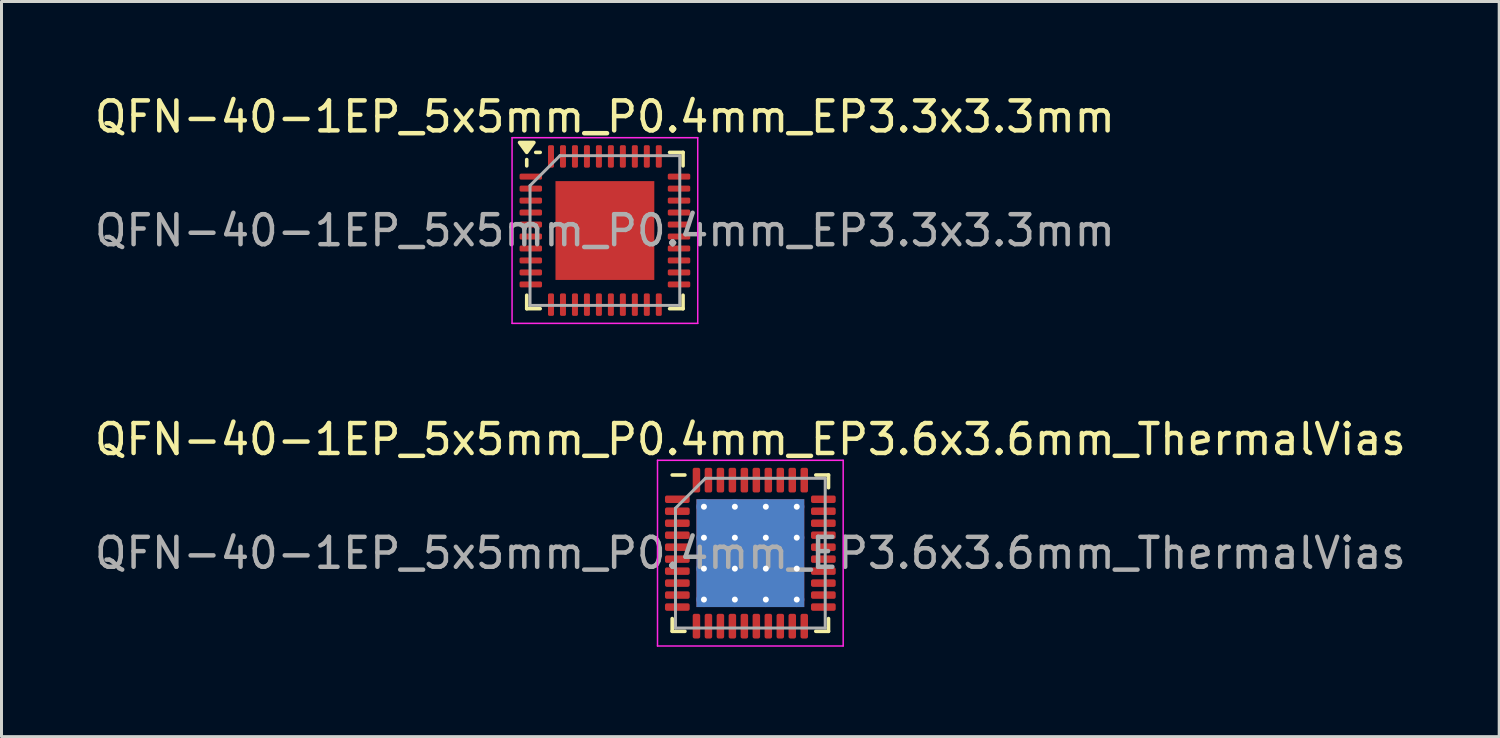
<source format=kicad_pcb>
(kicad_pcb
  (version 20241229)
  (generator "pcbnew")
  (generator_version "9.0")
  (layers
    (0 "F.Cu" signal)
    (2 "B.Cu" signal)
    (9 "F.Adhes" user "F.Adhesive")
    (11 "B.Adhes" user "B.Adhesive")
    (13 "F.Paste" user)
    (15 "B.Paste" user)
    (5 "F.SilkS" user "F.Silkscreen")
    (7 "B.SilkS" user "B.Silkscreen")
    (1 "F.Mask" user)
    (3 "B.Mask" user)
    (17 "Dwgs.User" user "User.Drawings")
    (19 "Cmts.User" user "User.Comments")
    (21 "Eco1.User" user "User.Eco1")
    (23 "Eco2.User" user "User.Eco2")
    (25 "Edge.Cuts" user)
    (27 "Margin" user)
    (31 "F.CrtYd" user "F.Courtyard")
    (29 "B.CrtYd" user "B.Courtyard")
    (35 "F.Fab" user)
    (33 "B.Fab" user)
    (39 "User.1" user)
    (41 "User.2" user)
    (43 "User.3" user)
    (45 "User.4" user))
  (footprint "QFN-40-1EP_5x5mm_P0.4mm_EP3.3x3.3mm"
    (layer "F.Cu")
    (at 17.149 4.648)
    (property "Reference" "QFN-40-1EP_5x5mm_P0.4mm_EP3.3x3.3mm" (at 0 -3.8 0) (layer "F.SilkS") (effects (font (size 1 1) (thickness 0.15))))
    (attr smd)
    (fp_line (start -2.61 -2.16) (end -2.61 -2.37) (stroke (width 0.12) (type solid)) (layer "F.SilkS"))
    (fp_line (start -2.61 2.61) (end -2.61 2.16) (stroke (width 0.12) (type solid)) (layer "F.SilkS"))
    (fp_line (start -2.16 -2.61) (end -2.31 -2.61) (stroke (width 0.12) (type solid)) (layer "F.SilkS"))
    (fp_line (start -2.16 2.61) (end -2.61 2.61) (stroke (width 0.12) (type solid)) (layer "F.SilkS"))
    (fp_line (start 2.16 -2.61) (end 2.61 -2.61) (stroke (width 0.12) (type solid)) (layer "F.SilkS"))
    (fp_line (start 2.16 2.61) (end 2.61 2.61) (stroke (width 0.12) (type solid)) (layer "F.SilkS"))
    (fp_line (start 2.61 -2.61) (end 2.61 -2.16) (stroke (width 0.12) (type solid)) (layer "F.SilkS"))
    (fp_line (start 2.61 2.61) (end 2.61 2.16) (stroke (width 0.12) (type solid)) (layer "F.SilkS"))
    (fp_poly (pts (xy -2.61 -2.61) (xy -2.85 -2.94) (xy -2.37 -2.94) (xy -2.61 -2.61)) (stroke (width 0.12) (type solid)) (fill yes) (layer "F.SilkS"))
    (fp_line (start -3.1 -3.1) (end -3.1 3.1) (stroke (width 0.05) (type solid)) (layer "F.CrtYd"))
    (fp_line (start -3.1 3.1) (end 3.1 3.1) (stroke (width 0.05) (type solid)) (layer "F.CrtYd"))
    (fp_line (start 3.1 -3.1) (end -3.1 -3.1) (stroke (width 0.05) (type solid)) (layer "F.CrtYd"))
    (fp_line (start 3.1 3.1) (end 3.1 -3.1) (stroke (width 0.05) (type solid)) (layer "F.CrtYd"))
    (fp_line (start -2.5 -1.5) (end -1.5 -2.5) (stroke (width 0.1) (type solid)) (layer "F.Fab"))
    (fp_line (start -2.5 2.5) (end -2.5 -1.5) (stroke (width 0.1) (type solid)) (layer "F.Fab"))
    (fp_line (start -1.5 -2.5) (end 2.5 -2.5) (stroke (width 0.1) (type solid)) (layer "F.Fab"))
    (fp_line (start 2.5 -2.5) (end 2.5 2.5) (stroke (width 0.1) (type solid)) (layer "F.Fab"))
    (fp_line (start 2.5 2.5) (end -2.5 2.5) (stroke (width 0.1) (type solid)) (layer "F.Fab"))
    (fp_text user "${REFERENCE}" (at 0 0 0) (layer "F.Fab") (effects (font (size 1 1) (thickness 0.15))))
    (pad "" smd roundrect (at -0.825 -0.825) (size 1.33 1.33) (layers "F.Paste") (roundrect_rratio 0.188))
    (pad "" smd roundrect (at -0.825 0.825) (size 1.33 1.33) (layers "F.Paste") (roundrect_rratio 0.188))
    (pad "" smd roundrect (at 0.825 -0.825) (size 1.33 1.33) (layers "F.Paste") (roundrect_rratio 0.188))
    (pad "" smd roundrect (at 0.825 0.825) (size 1.33 1.33) (layers "F.Paste") (roundrect_rratio 0.188))
    (pad "1" smd roundrect (at -2.475 -1.8) (size 0.75 0.2) (layers "F.Cu" "F.Mask" "F.Paste") (roundrect_rratio 0.25))
    (pad "2" smd roundrect (at -2.475 -1.4) (size 0.75 0.2) (layers "F.Cu" "F.Mask" "F.Paste") (roundrect_rratio 0.25))
    (pad "3" smd roundrect (at -2.475 -1) (size 0.75 0.2) (layers "F.Cu" "F.Mask" "F.Paste") (roundrect_rratio 0.25))
    (pad "4" smd roundrect (at -2.475 -0.6) (size 0.75 0.2) (layers "F.Cu" "F.Mask" "F.Paste") (roundrect_rratio 0.25))
    (pad "5" smd roundrect (at -2.475 -0.2) (size 0.75 0.2) (layers "F.Cu" "F.Mask" "F.Paste") (roundrect_rratio 0.25))
    (pad "6" smd roundrect (at -2.475 0.2) (size 0.75 0.2) (layers "F.Cu" "F.Mask" "F.Paste") (roundrect_rratio 0.25))
    (pad "7" smd roundrect (at -2.475 0.6) (size 0.75 0.2) (layers "F.Cu" "F.Mask" "F.Paste") (roundrect_rratio 0.25))
    (pad "8" smd roundrect (at -2.475 1) (size 0.75 0.2) (layers "F.Cu" "F.Mask" "F.Paste") (roundrect_rratio 0.25))
    (pad "9" smd roundrect (at -2.475 1.4) (size 0.75 0.2) (layers "F.Cu" "F.Mask" "F.Paste") (roundrect_rratio 0.25))
    (pad "10" smd roundrect (at -2.475 1.8) (size 0.75 0.2) (layers "F.Cu" "F.Mask" "F.Paste") (roundrect_rratio 0.25))
    (pad "11" smd roundrect (at -1.8 2.475) (size 0.2 0.75) (layers "F.Cu" "F.Mask" "F.Paste") (roundrect_rratio 0.25))
    (pad "12" smd roundrect (at -1.4 2.475) (size 0.2 0.75) (layers "F.Cu" "F.Mask" "F.Paste") (roundrect_rratio 0.25))
    (pad "13" smd roundrect (at -1 2.475) (size 0.2 0.75) (layers "F.Cu" "F.Mask" "F.Paste") (roundrect_rratio 0.25))
    (pad "14" smd roundrect (at -0.6 2.475) (size 0.2 0.75) (layers "F.Cu" "F.Mask" "F.Paste") (roundrect_rratio 0.25))
    (pad "15" smd roundrect (at -0.2 2.475) (size 0.2 0.75) (layers "F.Cu" "F.Mask" "F.Paste") (roundrect_rratio 0.25))
    (pad "16" smd roundrect (at 0.2 2.475) (size 0.2 0.75) (layers "F.Cu" "F.Mask" "F.Paste") (roundrect_rratio 0.25))
    (pad "17" smd roundrect (at 0.6 2.475) (size 0.2 0.75) (layers "F.Cu" "F.Mask" "F.Paste") (roundrect_rratio 0.25))
    (pad "18" smd roundrect (at 1 2.475) (size 0.2 0.75) (layers "F.Cu" "F.Mask" "F.Paste") (roundrect_rratio 0.25))
    (pad "19" smd roundrect (at 1.4 2.475) (size 0.2 0.75) (layers "F.Cu" "F.Mask" "F.Paste") (roundrect_rratio 0.25))
    (pad "20" smd roundrect (at 1.8 2.475) (size 0.2 0.75) (layers "F.Cu" "F.Mask" "F.Paste") (roundrect_rratio 0.25))
    (pad "21" smd roundrect (at 2.475 1.8) (size 0.75 0.2) (layers "F.Cu" "F.Mask" "F.Paste") (roundrect_rratio 0.25))
    (pad "22" smd roundrect (at 2.475 1.4) (size 0.75 0.2) (layers "F.Cu" "F.Mask" "F.Paste") (roundrect_rratio 0.25))
    (pad "23" smd roundrect (at 2.475 1) (size 0.75 0.2) (layers "F.Cu" "F.Mask" "F.Paste") (roundrect_rratio 0.25))
    (pad "24" smd roundrect (at 2.475 0.6) (size 0.75 0.2) (layers "F.Cu" "F.Mask" "F.Paste") (roundrect_rratio 0.25))
    (pad "25" smd roundrect (at 2.475 0.2) (size 0.75 0.2) (layers "F.Cu" "F.Mask" "F.Paste") (roundrect_rratio 0.25))
    (pad "26" smd roundrect (at 2.475 -0.2) (size 0.75 0.2) (layers "F.Cu" "F.Mask" "F.Paste") (roundrect_rratio 0.25))
    (pad "27" smd roundrect (at 2.475 -0.6) (size 0.75 0.2) (layers "F.Cu" "F.Mask" "F.Paste") (roundrect_rratio 0.25))
    (pad "28" smd roundrect (at 2.475 -1) (size 0.75 0.2) (layers "F.Cu" "F.Mask" "F.Paste") (roundrect_rratio 0.25))
    (pad "29" smd roundrect (at 2.475 -1.4) (size 0.75 0.2) (layers "F.Cu" "F.Mask" "F.Paste") (roundrect_rratio 0.25))
    (pad "30" smd roundrect (at 2.475 -1.8) (size 0.75 0.2) (layers "F.Cu" "F.Mask" "F.Paste") (roundrect_rratio 0.25))
    (pad "31" smd roundrect (at 1.8 -2.475) (size 0.2 0.75) (layers "F.Cu" "F.Mask" "F.Paste") (roundrect_rratio 0.25))
    (pad "32" smd roundrect (at 1.4 -2.475) (size 0.2 0.75) (layers "F.Cu" "F.Mask" "F.Paste") (roundrect_rratio 0.25))
    (pad "33" smd roundrect (at 1 -2.475) (size 0.2 0.75) (layers "F.Cu" "F.Mask" "F.Paste") (roundrect_rratio 0.25))
    (pad "34" smd roundrect (at 0.6 -2.475) (size 0.2 0.75) (layers "F.Cu" "F.Mask" "F.Paste") (roundrect_rratio 0.25))
    (pad "35" smd roundrect (at 0.2 -2.475) (size 0.2 0.75) (layers "F.Cu" "F.Mask" "F.Paste") (roundrect_rratio 0.25))
    (pad "36" smd roundrect (at -0.2 -2.475) (size 0.2 0.75) (layers "F.Cu" "F.Mask" "F.Paste") (roundrect_rratio 0.25))
    (pad "37" smd roundrect (at -0.6 -2.475) (size 0.2 0.75) (layers "F.Cu" "F.Mask" "F.Paste") (roundrect_rratio 0.25))
    (pad "38" smd roundrect (at -1 -2.475) (size 0.2 0.75) (layers "F.Cu" "F.Mask" "F.Paste") (roundrect_rratio 0.25))
    (pad "39" smd roundrect (at -1.4 -2.475) (size 0.2 0.75) (layers "F.Cu" "F.Mask" "F.Paste") (roundrect_rratio 0.25))
    (pad "40" smd roundrect (at -1.8 -2.475) (size 0.2 0.75) (layers "F.Cu" "F.Mask" "F.Paste") (roundrect_rratio 0.25))
    (pad "41" smd rect (at 0 0) (size 3.3 3.3) (property pad_prop_heatsink) (layers "F.Cu" "F.Mask")))
  (footprint "QFN-40-1EP_5x5mm_P0.4mm_EP3.6x3.6mm_ThermalVias"
    (layer "F.Cu")
    (at 22.006 15.421)
    (property "Reference" "QFN-40-1EP_5x5mm_P0.4mm_EP3.6x3.6mm_ThermalVias" (at 0 -3.8 0) (layer "F.SilkS") (effects (font (size 1 1) (thickness 0.15))))
    (attr smd)
    (fp_line (start -2.61 2.61) (end -2.61 2.185) (stroke (width 0.12) (type solid)) (layer "F.SilkS"))
    (fp_line (start -2.185 -2.61) (end -2.61 -2.61) (stroke (width 0.12) (type solid)) (layer "F.SilkS"))
    (fp_line (start -2.185 2.61) (end -2.61 2.61) (stroke (width 0.12) (type solid)) (layer "F.SilkS"))
    (fp_line (start 2.185 -2.61) (end 2.61 -2.61) (stroke (width 0.12) (type solid)) (layer "F.SilkS"))
    (fp_line (start 2.185 2.61) (end 2.61 2.61) (stroke (width 0.12) (type solid)) (layer "F.SilkS"))
    (fp_line (start 2.61 -2.61) (end 2.61 -2.185) (stroke (width 0.12) (type solid)) (layer "F.SilkS"))
    (fp_line (start 2.61 2.61) (end 2.61 2.185) (stroke (width 0.12) (type solid)) (layer "F.SilkS"))
    (fp_line (start -3.1 -3.1) (end -3.1 3.1) (stroke (width 0.05) (type solid)) (layer "F.CrtYd"))
    (fp_line (start -3.1 3.1) (end 3.1 3.1) (stroke (width 0.05) (type solid)) (layer "F.CrtYd"))
    (fp_line (start 3.1 -3.1) (end -3.1 -3.1) (stroke (width 0.05) (type solid)) (layer "F.CrtYd"))
    (fp_line (start 3.1 3.1) (end 3.1 -3.1) (stroke (width 0.05) (type solid)) (layer "F.CrtYd"))
    (fp_line (start -2.5 -1.5) (end -1.5 -2.5) (stroke (width 0.1) (type solid)) (layer "F.Fab"))
    (fp_line (start -2.5 2.5) (end -2.5 -1.5) (stroke (width 0.1) (type solid)) (layer "F.Fab"))
    (fp_line (start -1.5 -2.5) (end 2.5 -2.5) (stroke (width 0.1) (type solid)) (layer "F.Fab"))
    (fp_line (start 2.5 -2.5) (end 2.5 2.5) (stroke (width 0.1) (type solid)) (layer "F.Fab"))
    (fp_line (start 2.5 2.5) (end -2.5 2.5) (stroke (width 0.1) (type solid)) (layer "F.Fab"))
    (fp_text user "${REFERENCE}" (at 0 0 0) (layer "F.Fab") (effects (font (size 1 1) (thickness 0.15))))
    (pad "" smd custom (at -1.033 -1.033) (size 0.803 0.803) (layers "F.Paste") (options (anchor circle)) (primitives (gr_poly (pts (xy 0.338 -0.233) (xy 0.338 0.233) (xy 0.233 0.338) (xy -0.233 0.338) (xy -0.338 0.233) (xy -0.338 -0.233) (xy -0.233 -0.338) (xy 0.233 -0.338)) (width 0.253) (fill yes))))
    (pad "" smd custom (at -1.033 0) (size 0.803 0.803) (layers "F.Paste") (options (anchor circle)) (primitives (gr_poly (pts (xy 0.338 -0.233) (xy 0.338 0.233) (xy 0.233 0.338) (xy -0.233 0.338) (xy -0.338 0.233) (xy -0.338 -0.233) (xy -0.233 -0.338) (xy 0.233 -0.338)) (width 0.253) (fill yes))))
    (pad "" smd custom (at -1.033 1.033) (size 0.803 0.803) (layers "F.Paste") (options (anchor circle)) (primitives (gr_poly (pts (xy 0.338 -0.233) (xy 0.338 0.233) (xy 0.233 0.338) (xy -0.233 0.338) (xy -0.338 0.233) (xy -0.338 -0.233) (xy -0.233 -0.338) (xy 0.233 -0.338)) (width 0.253) (fill yes))))
    (pad "" smd custom (at 0 -1.033) (size 0.803 0.803) (layers "F.Paste") (options (anchor circle)) (primitives (gr_poly (pts (xy 0.338 -0.233) (xy 0.338 0.233) (xy 0.233 0.338) (xy -0.233 0.338) (xy -0.338 0.233) (xy -0.338 -0.233) (xy -0.233 -0.338) (xy 0.233 -0.338)) (width 0.253) (fill yes))))
    (pad "" smd custom (at 0 0) (size 0.803 0.803) (layers "F.Paste") (options (anchor circle)) (primitives (gr_poly (pts (xy 0.338 -0.233) (xy 0.338 0.233) (xy 0.233 0.338) (xy -0.233 0.338) (xy -0.338 0.233) (xy -0.338 -0.233) (xy -0.233 -0.338) (xy 0.233 -0.338)) (width 0.253) (fill yes))))
    (pad "" smd custom (at 0 1.033) (size 0.803 0.803) (layers "F.Paste") (options (anchor circle)) (primitives (gr_poly (pts (xy 0.338 -0.233) (xy 0.338 0.233) (xy 0.233 0.338) (xy -0.233 0.338) (xy -0.338 0.233) (xy -0.338 -0.233) (xy -0.233 -0.338) (xy 0.233 -0.338)) (width 0.253) (fill yes))))
    (pad "" smd custom (at 1.033 -1.033) (size 0.803 0.803) (layers "F.Paste") (options (anchor circle)) (primitives (gr_poly (pts (xy 0.338 -0.233) (xy 0.338 0.233) (xy 0.233 0.338) (xy -0.233 0.338) (xy -0.338 0.233) (xy -0.338 -0.233) (xy -0.233 -0.338) (xy 0.233 -0.338)) (width 0.253) (fill yes))))
    (pad "" smd custom (at 1.033 0) (size 0.803 0.803) (layers "F.Paste") (options (anchor circle)) (primitives (gr_poly (pts (xy 0.338 -0.233) (xy 0.338 0.233) (xy 0.233 0.338) (xy -0.233 0.338) (xy -0.338 0.233) (xy -0.338 -0.233) (xy -0.233 -0.338) (xy 0.233 -0.338)) (width 0.253) (fill yes))))
    (pad "" smd custom (at 1.033 1.033) (size 0.803 0.803) (layers "F.Paste") (options (anchor circle)) (primitives (gr_poly (pts (xy 0.338 -0.233) (xy 0.338 0.233) (xy 0.233 0.338) (xy -0.233 0.338) (xy -0.338 0.233) (xy -0.338 -0.233) (xy -0.233 -0.338) (xy 0.233 -0.338)) (width 0.253) (fill yes))))
    (pad "1" smd roundrect (at -2.438 -1.8) (size 0.825 0.25) (layers "F.Cu" "F.Mask" "F.Paste") (roundrect_rratio 0.25))
    (pad "2" smd roundrect (at -2.438 -1.4) (size 0.825 0.25) (layers "F.Cu" "F.Mask" "F.Paste") (roundrect_rratio 0.25))
    (pad "3" smd roundrect (at -2.438 -1) (size 0.825 0.25) (layers "F.Cu" "F.Mask" "F.Paste") (roundrect_rratio 0.25))
    (pad "4" smd roundrect (at -2.438 -0.6) (size 0.825 0.25) (layers "F.Cu" "F.Mask" "F.Paste") (roundrect_rratio 0.25))
    (pad "5" smd roundrect (at -2.438 -0.2) (size 0.825 0.25) (layers "F.Cu" "F.Mask" "F.Paste") (roundrect_rratio 0.25))
    (pad "6" smd roundrect (at -2.438 0.2) (size 0.825 0.25) (layers "F.Cu" "F.Mask" "F.Paste") (roundrect_rratio 0.25))
    (pad "7" smd roundrect (at -2.438 0.6) (size 0.825 0.25) (layers "F.Cu" "F.Mask" "F.Paste") (roundrect_rratio 0.25))
    (pad "8" smd roundrect (at -2.438 1) (size 0.825 0.25) (layers "F.Cu" "F.Mask" "F.Paste") (roundrect_rratio 0.25))
    (pad "9" smd roundrect (at -2.438 1.4) (size 0.825 0.25) (layers "F.Cu" "F.Mask" "F.Paste") (roundrect_rratio 0.25))
    (pad "10" smd roundrect (at -2.438 1.8) (size 0.825 0.25) (layers "F.Cu" "F.Mask" "F.Paste") (roundrect_rratio 0.25))
    (pad "11" smd roundrect (at -1.8 2.438) (size 0.25 0.825) (layers "F.Cu" "F.Mask" "F.Paste") (roundrect_rratio 0.25))
    (pad "12" smd roundrect (at -1.4 2.438) (size 0.25 0.825) (layers "F.Cu" "F.Mask" "F.Paste") (roundrect_rratio 0.25))
    (pad "13" smd roundrect (at -1 2.438) (size 0.25 0.825) (layers "F.Cu" "F.Mask" "F.Paste") (roundrect_rratio 0.25))
    (pad "14" smd roundrect (at -0.6 2.438) (size 0.25 0.825) (layers "F.Cu" "F.Mask" "F.Paste") (roundrect_rratio 0.25))
    (pad "15" smd roundrect (at -0.2 2.438) (size 0.25 0.825) (layers "F.Cu" "F.Mask" "F.Paste") (roundrect_rratio 0.25))
    (pad "16" smd roundrect (at 0.2 2.438) (size 0.25 0.825) (layers "F.Cu" "F.Mask" "F.Paste") (roundrect_rratio 0.25))
    (pad "17" smd roundrect (at 0.6 2.438) (size 0.25 0.825) (layers "F.Cu" "F.Mask" "F.Paste") (roundrect_rratio 0.25))
    (pad "18" smd roundrect (at 1 2.438) (size 0.25 0.825) (layers "F.Cu" "F.Mask" "F.Paste") (roundrect_rratio 0.25))
    (pad "19" smd roundrect (at 1.4 2.438) (size 0.25 0.825) (layers "F.Cu" "F.Mask" "F.Paste") (roundrect_rratio 0.25))
    (pad "20" smd roundrect (at 1.8 2.438) (size 0.25 0.825) (layers "F.Cu" "F.Mask" "F.Paste") (roundrect_rratio 0.25))
    (pad "21" smd roundrect (at 2.438 1.8) (size 0.825 0.25) (layers "F.Cu" "F.Mask" "F.Paste") (roundrect_rratio 0.25))
    (pad "22" smd roundrect (at 2.438 1.4) (size 0.825 0.25) (layers "F.Cu" "F.Mask" "F.Paste") (roundrect_rratio 0.25))
    (pad "23" smd roundrect (at 2.438 1) (size 0.825 0.25) (layers "F.Cu" "F.Mask" "F.Paste") (roundrect_rratio 0.25))
    (pad "24" smd roundrect (at 2.438 0.6) (size 0.825 0.25) (layers "F.Cu" "F.Mask" "F.Paste") (roundrect_rratio 0.25))
    (pad "25" smd roundrect (at 2.438 0.2) (size 0.825 0.25) (layers "F.Cu" "F.Mask" "F.Paste") (roundrect_rratio 0.25))
    (pad "26" smd roundrect (at 2.438 -0.2) (size 0.825 0.25) (layers "F.Cu" "F.Mask" "F.Paste") (roundrect_rratio 0.25))
    (pad "27" smd roundrect (at 2.438 -0.6) (size 0.825 0.25) (layers "F.Cu" "F.Mask" "F.Paste") (roundrect_rratio 0.25))
    (pad "28" smd roundrect (at 2.438 -1) (size 0.825 0.25) (layers "F.Cu" "F.Mask" "F.Paste") (roundrect_rratio 0.25))
    (pad "29" smd roundrect (at 2.438 -1.4) (size 0.825 0.25) (layers "F.Cu" "F.Mask" "F.Paste") (roundrect_rratio 0.25))
    (pad "30" smd roundrect (at 2.438 -1.8) (size 0.825 0.25) (layers "F.Cu" "F.Mask" "F.Paste") (roundrect_rratio 0.25))
    (pad "31" smd roundrect (at 1.8 -2.438) (size 0.25 0.825) (layers "F.Cu" "F.Mask" "F.Paste") (roundrect_rratio 0.25))
    (pad "32" smd roundrect (at 1.4 -2.438) (size 0.25 0.825) (layers "F.Cu" "F.Mask" "F.Paste") (roundrect_rratio 0.25))
    (pad "33" smd roundrect (at 1 -2.438) (size 0.25 0.825) (layers "F.Cu" "F.Mask" "F.Paste") (roundrect_rratio 0.25))
    (pad "34" smd roundrect (at 0.6 -2.438) (size 0.25 0.825) (layers "F.Cu" "F.Mask" "F.Paste") (roundrect_rratio 0.25))
    (pad "35" smd roundrect (at 0.2 -2.438) (size 0.25 0.825) (layers "F.Cu" "F.Mask" "F.Paste") (roundrect_rratio 0.25))
    (pad "36" smd roundrect (at -0.2 -2.438) (size 0.25 0.825) (layers "F.Cu" "F.Mask" "F.Paste") (roundrect_rratio 0.25))
    (pad "37" smd roundrect (at -0.6 -2.438) (size 0.25 0.825) (layers "F.Cu" "F.Mask" "F.Paste") (roundrect_rratio 0.25))
    (pad "38" smd roundrect (at -1 -2.438) (size 0.25 0.825) (layers "F.Cu" "F.Mask" "F.Paste") (roundrect_rratio 0.25))
    (pad "39" smd roundrect (at -1.4 -2.438) (size 0.25 0.825) (layers "F.Cu" "F.Mask" "F.Paste") (roundrect_rratio 0.25))
    (pad "40" smd roundrect (at -1.8 -2.438) (size 0.25 0.825) (layers "F.Cu" "F.Mask" "F.Paste") (roundrect_rratio 0.25))
    (pad "41" thru_hole circle (at -1.55 -1.55) (size 0.5 0.5) (drill 0.2) (layers "*.Cu"))
    (pad "41" thru_hole circle (at -1.55 -0.517) (size 0.5 0.5) (drill 0.2) (layers "*.Cu"))
    (pad "41" thru_hole circle (at -1.55 0.517) (size 0.5 0.5) (drill 0.2) (layers "*.Cu"))
    (pad "41" thru_hole circle (at -1.55 1.55) (size 0.5 0.5) (drill 0.2) (layers "*.Cu"))
    (pad "41" thru_hole circle (at -0.517 -1.55) (size 0.5 0.5) (drill 0.2) (layers "*.Cu"))
    (pad "41" thru_hole circle (at -0.517 -0.517) (size 0.5 0.5) (drill 0.2) (layers "*.Cu"))
    (pad "41" thru_hole circle (at -0.517 0.517) (size 0.5 0.5) (drill 0.2) (layers "*.Cu"))
    (pad "41" thru_hole circle (at -0.517 1.55) (size 0.5 0.5) (drill 0.2) (layers "*.Cu"))
    (pad "41" smd rect (at 0 0) (size 3.6 3.6) (layers "F.Cu" "F.Mask"))
    (pad "41" smd rect (at 0 0) (size 3.6 3.6) (layers "B.Cu"))
    (pad "41" thru_hole circle (at 0.517 -1.55) (size 0.5 0.5) (drill 0.2) (layers "*.Cu"))
    (pad "41" thru_hole circle (at 0.517 -0.517) (size 0.5 0.5) (drill 0.2) (layers "*.Cu"))
    (pad "41" thru_hole circle (at 0.517 0.517) (size 0.5 0.5) (drill 0.2) (layers "*.Cu"))
    (pad "41" thru_hole circle (at 0.517 1.55) (size 0.5 0.5) (drill 0.2) (layers "*.Cu"))
    (pad "41" thru_hole circle (at 1.55 -1.55) (size 0.5 0.5) (drill 0.2) (layers "*.Cu"))
    (pad "41" thru_hole circle (at 1.55 -0.517) (size 0.5 0.5) (drill 0.2) (layers "*.Cu"))
    (pad "41" thru_hole circle (at 1.55 0.517) (size 0.5 0.5) (drill 0.2) (layers "*.Cu"))
    (pad "41" thru_hole circle (at 1.55 1.55) (size 0.5 0.5) (drill 0.2) (layers "*.Cu")))
  (gr_rect
    (start -3 -3)
    (end 47.012 21.547)
    (stroke (width 0.1) (type default))
    (fill no)
    (layer "Edge.Cuts")))
</source>
